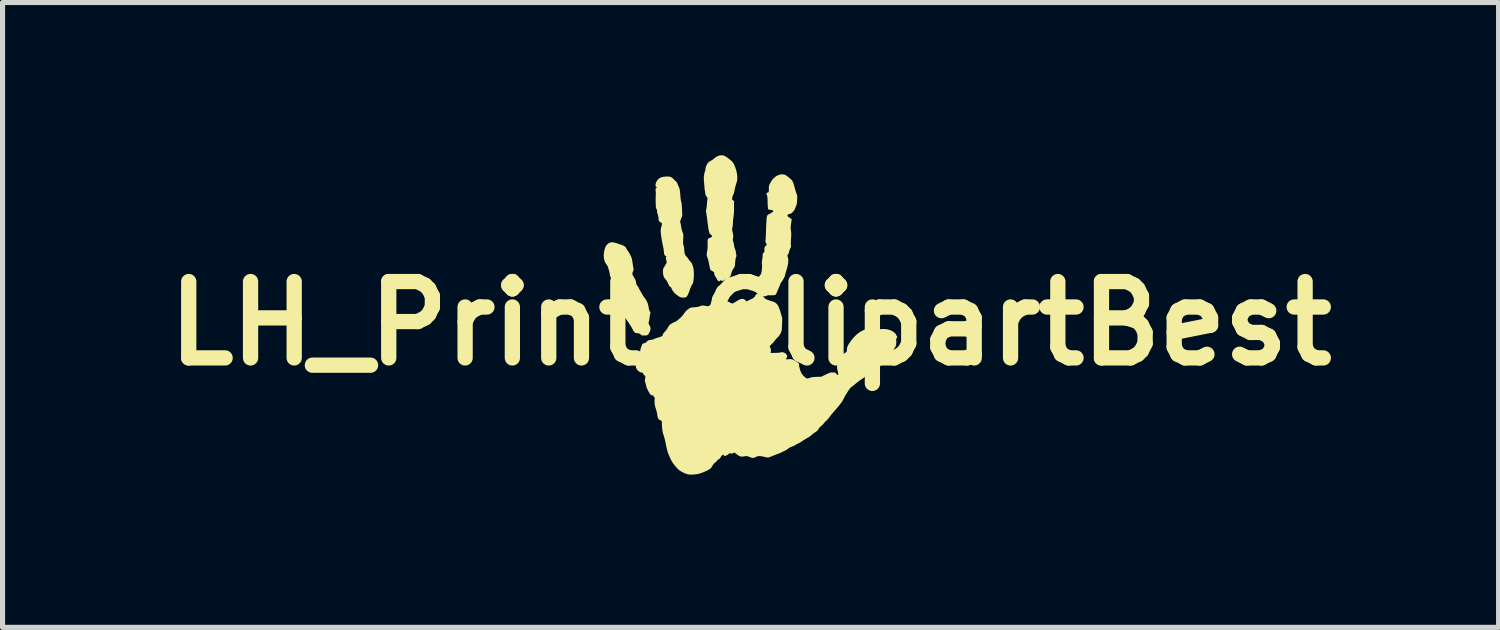
<source format=kicad_pcb>
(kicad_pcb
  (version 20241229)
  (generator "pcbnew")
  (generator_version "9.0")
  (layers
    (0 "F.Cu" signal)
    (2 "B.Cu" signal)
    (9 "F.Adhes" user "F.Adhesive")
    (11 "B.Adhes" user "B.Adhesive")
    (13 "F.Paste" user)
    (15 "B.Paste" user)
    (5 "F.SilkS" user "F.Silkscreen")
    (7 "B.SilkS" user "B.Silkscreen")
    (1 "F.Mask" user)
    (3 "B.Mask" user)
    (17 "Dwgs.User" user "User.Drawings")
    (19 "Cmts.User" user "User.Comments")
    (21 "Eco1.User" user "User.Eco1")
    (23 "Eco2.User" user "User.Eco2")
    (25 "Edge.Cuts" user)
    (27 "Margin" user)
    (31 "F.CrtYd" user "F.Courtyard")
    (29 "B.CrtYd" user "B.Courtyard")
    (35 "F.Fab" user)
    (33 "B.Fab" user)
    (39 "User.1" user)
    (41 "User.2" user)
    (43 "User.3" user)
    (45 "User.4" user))
  (footprint "LH_Print_ClipartBest"
    (layer "F.Cu")
    (at 11.693 3.302)
    (property "Reference" "LH_Print_ClipartBest" (at 0 0 0) (layer "F.SilkS") (effects (font (size 1.5 1.5) (thickness 0.3))))
    (attr board_only exclude_from_pos_files exclude_from_bom)
    (fp_poly (pts (xy -2.689 -1.59) (xy -2.649 -1.58) (xy -2.6 -1.565) (xy -2.596 -1.564) (xy -2.547 -1.547) (xy -2.51 -1.533) (xy -2.483 -1.519) (xy -2.464 -1.506) (xy -2.451 -1.491) (xy -2.441 -1.473) (xy -2.439 -1.47) (xy -2.429 -1.449) (xy -2.418 -1.433) (xy -2.415 -1.43) (xy -2.407 -1.42) (xy -2.394 -1.4) (xy -2.379 -1.374) (xy -2.368 -1.355) (xy -2.35 -1.319) (xy -2.338 -1.289) (xy -2.33 -1.261) (xy -2.324 -1.227) (xy -2.318 -1.188) (xy -2.312 -1.145) (xy -2.305 -1.106) (xy -2.305 -1.106) (xy -2.3 -1.076) (xy -2.298 -1.057) (xy -2.299 -1.043) (xy -2.303 -1.032) (xy -2.309 -1.022) (xy -2.32 -0.997) (xy -2.323 -0.974) (xy -2.315 -0.948) (xy -2.297 -0.916) (xy -2.291 -0.907) (xy -2.271 -0.874) (xy -2.258 -0.844) (xy -2.252 -0.817) (xy -2.245 -0.782) (xy -2.235 -0.755) (xy -2.22 -0.731) (xy -2.211 -0.719) (xy -2.199 -0.704) (xy -2.194 -0.692) (xy -2.194 -0.69) (xy -2.19 -0.681) (xy -2.18 -0.662) (xy -2.166 -0.638) (xy -2.158 -0.624) (xy -2.142 -0.599) (xy -2.13 -0.577) (xy -2.122 -0.563) (xy -2.121 -0.56) (xy -2.117 -0.55) (xy -2.106 -0.534) (xy -2.095 -0.52) (xy -2.059 -0.471) (xy -2.034 -0.426) (xy -2.016 -0.381) (xy -2.005 -0.332) (xy -2.004 -0.324) (xy -1.996 -0.282) (xy -1.988 -0.252) (xy -1.978 -0.234) (xy -1.968 -0.217) (xy -1.966 -0.204) (xy -1.971 -0.191) (xy -1.975 -0.173) (xy -1.98 -0.147) (xy -1.984 -0.117) (xy -1.984 -0.112) (xy -1.988 -0.081) (xy -1.993 -0.053) (xy -1.998 -0.033) (xy -1.999 -0.031) (xy -2.004 -0.017) (xy -2.004 -0.004) (xy -1.998 0.012) (xy -1.99 0.03) (xy -1.978 0.055) (xy -1.969 0.077) (xy -1.966 0.088) (xy -1.965 0.113) (xy -1.972 0.144) (xy -1.985 0.176) (xy -2.001 0.204) (xy -2.009 0.214) (xy -2.023 0.227) (xy -2.035 0.234) (xy -2.05 0.237) (xy -2.073 0.238) (xy -2.087 0.238) (xy -2.115 0.238) (xy -2.133 0.236) (xy -2.146 0.23) (xy -2.157 0.221) (xy -2.16 0.217) (xy -2.175 0.205) (xy -2.192 0.198) (xy -2.217 0.194) (xy -2.223 0.193) (xy -2.249 0.19) (xy -2.269 0.183) (xy -2.285 0.17) (xy -2.3 0.149) (xy -2.317 0.117) (xy -2.321 0.109) (xy -2.337 0.079) (xy -2.358 0.043) (xy -2.382 0.007) (xy -2.393 -0.01) (xy -2.417 -0.044) (xy -2.442 -0.082) (xy -2.464 -0.117) (xy -2.472 -0.131) (xy -2.492 -0.166) (xy -2.516 -0.204) (xy -2.539 -0.238) (xy -2.541 -0.241) (xy -2.563 -0.273) (xy -2.586 -0.309) (xy -2.605 -0.342) (xy -2.606 -0.345) (xy -2.62 -0.372) (xy -2.628 -0.393) (xy -2.632 -0.414) (xy -2.634 -0.441) (xy -2.634 -0.461) (xy -2.637 -0.53) (xy -2.645 -0.59) (xy -2.66 -0.646) (xy -2.674 -0.683) (xy -2.688 -0.721) (xy -2.702 -0.763) (xy -2.713 -0.803) (xy -2.714 -0.807) (xy -2.723 -0.84) (xy -2.733 -0.872) (xy -2.744 -0.897) (xy -2.746 -0.901) (xy -2.757 -0.925) (xy -2.763 -0.949) (xy -2.764 -0.957) (xy -2.766 -0.977) (xy -2.771 -1.004) (xy -2.777 -1.027) (xy -2.786 -1.056) (xy -2.795 -1.085) (xy -2.799 -1.102) (xy -2.809 -1.126) (xy -2.825 -1.151) (xy -2.835 -1.164) (xy -2.858 -1.2) (xy -2.874 -1.245) (xy -2.883 -1.295) (xy -2.884 -1.345) (xy -2.884 -1.352) (xy -2.875 -1.416) (xy -2.863 -1.468) (xy -2.847 -1.508) (xy -2.827 -1.54) (xy -2.801 -1.565) (xy -2.792 -1.571) (xy -2.769 -1.584) (xy -2.746 -1.591) (xy -2.72 -1.593)) (stroke (width 0) (type solid)) (fill yes) (layer "F.SilkS"))
    (fp_poly (pts (xy -1.571 -2.877) (xy -1.539 -2.861) (xy -1.511 -2.834) (xy -1.509 -2.831) (xy -1.492 -2.812) (xy -1.475 -2.797) (xy -1.468 -2.793) (xy -1.454 -2.78) (xy -1.443 -2.761) (xy -1.442 -2.758) (xy -1.435 -2.738) (xy -1.423 -2.711) (xy -1.412 -2.685) (xy -1.399 -2.655) (xy -1.391 -2.624) (xy -1.386 -2.588) (xy -1.384 -2.57) (xy -1.379 -2.505) (xy -1.374 -2.454) (xy -1.368 -2.416) (xy -1.364 -2.391) (xy -1.359 -2.378) (xy -1.356 -2.367) (xy -1.353 -2.343) (xy -1.35 -2.311) (xy -1.348 -2.272) (xy -1.346 -2.24) (xy -1.342 -2.116) (xy -1.365 -2.056) (xy -1.376 -2.027) (xy -1.382 -2.007) (xy -1.383 -1.993) (xy -1.381 -1.981) (xy -1.378 -1.975) (xy -1.373 -1.956) (xy -1.368 -1.929) (xy -1.364 -1.902) (xy -1.358 -1.868) (xy -1.349 -1.83) (xy -1.339 -1.801) (xy -1.331 -1.78) (xy -1.325 -1.763) (xy -1.322 -1.746) (xy -1.321 -1.725) (xy -1.321 -1.698) (xy -1.323 -1.661) (xy -1.324 -1.655) (xy -1.325 -1.612) (xy -1.326 -1.58) (xy -1.324 -1.559) (xy -1.321 -1.546) (xy -1.319 -1.543) (xy -1.314 -1.528) (xy -1.309 -1.504) (xy -1.305 -1.474) (xy -1.305 -1.465) (xy -1.301 -1.422) (xy -1.297 -1.39) (xy -1.292 -1.366) (xy -1.285 -1.348) (xy -1.277 -1.334) (xy -1.264 -1.319) (xy -1.259 -1.313) (xy -1.24 -1.292) (xy -1.225 -1.271) (xy -1.217 -1.259) (xy -1.205 -1.241) (xy -1.188 -1.22) (xy -1.18 -1.213) (xy -1.156 -1.181) (xy -1.137 -1.138) (xy -1.123 -1.084) (xy -1.115 -1.023) (xy -1.113 -0.956) (xy -1.117 -0.885) (xy -1.118 -0.868) (xy -1.123 -0.831) (xy -1.128 -0.805) (xy -1.134 -0.786) (xy -1.143 -0.77) (xy -1.148 -0.763) (xy -1.159 -0.744) (xy -1.172 -0.716) (xy -1.185 -0.683) (xy -1.191 -0.665) (xy -1.212 -0.608) (xy -1.23 -0.565) (xy -1.248 -0.534) (xy -1.264 -0.517) (xy -1.264 -0.517) (xy -1.285 -0.509) (xy -1.318 -0.506) (xy -1.324 -0.506) (xy -1.351 -0.507) (xy -1.373 -0.512) (xy -1.397 -0.524) (xy -1.411 -0.531) (xy -1.455 -0.562) (xy -1.494 -0.597) (xy -1.525 -0.635) (xy -1.547 -0.672) (xy -1.555 -0.694) (xy -1.565 -0.711) (xy -1.575 -0.716) (xy -1.585 -0.721) (xy -1.595 -0.733) (xy -1.607 -0.755) (xy -1.62 -0.784) (xy -1.639 -0.822) (xy -1.657 -0.851) (xy -1.672 -0.869) (xy -1.672 -0.869) (xy -1.697 -0.9) (xy -1.713 -0.942) (xy -1.721 -0.995) (xy -1.721 -1.014) (xy -1.72 -1.046) (xy -1.717 -1.068) (xy -1.711 -1.085) (xy -1.706 -1.094) (xy -1.694 -1.112) (xy -1.68 -1.136) (xy -1.668 -1.156) (xy -1.645 -1.198) (xy -1.658 -1.246) (xy -1.664 -1.273) (xy -1.666 -1.289) (xy -1.664 -1.296) (xy -1.661 -1.297) (xy -1.653 -1.305) (xy -1.655 -1.316) (xy -1.667 -1.324) (xy -1.67 -1.325) (xy -1.686 -1.336) (xy -1.697 -1.36) (xy -1.702 -1.395) (xy -1.703 -1.414) (xy -1.705 -1.436) (xy -1.709 -1.466) (xy -1.716 -1.499) (xy -1.718 -1.507) (xy -1.727 -1.547) (xy -1.736 -1.595) (xy -1.745 -1.646) (xy -1.753 -1.698) (xy -1.76 -1.746) (xy -1.764 -1.786) (xy -1.766 -1.801) (xy -1.764 -1.847) (xy -1.757 -1.884) (xy -1.747 -1.919) (xy -1.742 -1.944) (xy -1.741 -1.96) (xy -1.745 -1.97) (xy -1.755 -1.978) (xy -1.76 -1.981) (xy -1.788 -1.999) (xy -1.804 -2.019) (xy -1.807 -2.039) (xy -1.807 -2.04) (xy -1.806 -2.059) (xy -1.81 -2.088) (xy -1.818 -2.123) (xy -1.83 -2.16) (xy -1.831 -2.163) (xy -1.836 -2.186) (xy -1.837 -2.204) (xy -1.836 -2.209) (xy -1.838 -2.227) (xy -1.846 -2.243) (xy -1.853 -2.256) (xy -1.858 -2.271) (xy -1.86 -2.294) (xy -1.862 -2.326) (xy -1.862 -2.339) (xy -1.864 -2.396) (xy -1.864 -2.441) (xy -1.864 -2.476) (xy -1.863 -2.505) (xy -1.861 -2.526) (xy -1.861 -2.553) (xy -1.863 -2.584) (xy -1.864 -2.6) (xy -1.867 -2.624) (xy -1.867 -2.639) (xy -1.861 -2.65) (xy -1.852 -2.659) (xy -1.841 -2.672) (xy -1.839 -2.677) (xy -1.847 -2.678) (xy -1.847 -2.678) (xy -1.86 -2.684) (xy -1.866 -2.7) (xy -1.866 -2.723) (xy -1.861 -2.75) (xy -1.851 -2.779) (xy -1.836 -2.806) (xy -1.834 -2.808) (xy -1.811 -2.835) (xy -1.785 -2.855) (xy -1.754 -2.869) (xy -1.714 -2.879) (xy -1.662 -2.884) (xy -1.659 -2.885) (xy -1.61 -2.885)) (stroke (width 0) (type solid)) (fill yes) (layer "F.SilkS"))
    (fp_poly (pts (xy -0.542 -3.299) (xy -0.516 -3.293) (xy -0.509 -3.29) (xy -0.486 -3.276) (xy -0.458 -3.257) (xy -0.427 -3.234) (xy -0.398 -3.21) (xy -0.372 -3.189) (xy -0.355 -3.171) (xy -0.351 -3.167) (xy -0.328 -3.129) (xy -0.306 -3.081) (xy -0.287 -3.027) (xy -0.273 -2.97) (xy -0.263 -2.914) (xy -0.26 -2.866) (xy -0.261 -2.834) (xy -0.265 -2.803) (xy -0.274 -2.769) (xy -0.284 -2.735) (xy -0.296 -2.697) (xy -0.306 -2.658) (xy -0.314 -2.624) (xy -0.316 -2.608) (xy -0.321 -2.58) (xy -0.328 -2.555) (xy -0.335 -2.539) (xy -0.345 -2.519) (xy -0.353 -2.494) (xy -0.36 -2.468) (xy -0.362 -2.446) (xy -0.361 -2.432) (xy -0.35 -2.421) (xy -0.336 -2.411) (xy -0.323 -2.4) (xy -0.322 -2.39) (xy -0.325 -2.375) (xy -0.326 -2.354) (xy -0.326 -2.353) (xy -0.324 -2.303) (xy -0.324 -2.248) (xy -0.326 -2.193) (xy -0.33 -2.141) (xy -0.334 -2.097) (xy -0.336 -2.086) (xy -0.341 -2.05) (xy -0.345 -2.013) (xy -0.347 -1.982) (xy -0.347 -1.974) (xy -0.348 -1.942) (xy -0.352 -1.906) (xy -0.356 -1.885) (xy -0.362 -1.858) (xy -0.363 -1.839) (xy -0.36 -1.82) (xy -0.353 -1.795) (xy -0.341 -1.741) (xy -0.341 -1.692) (xy -0.346 -1.668) (xy -0.349 -1.649) (xy -0.347 -1.628) (xy -0.339 -1.602) (xy -0.331 -1.574) (xy -0.326 -1.548) (xy -0.325 -1.534) (xy -0.322 -1.513) (xy -0.314 -1.486) (xy -0.307 -1.465) (xy -0.297 -1.439) (xy -0.29 -1.413) (xy -0.289 -1.399) (xy -0.287 -1.375) (xy -0.281 -1.35) (xy -0.281 -1.348) (xy -0.277 -1.326) (xy -0.282 -1.306) (xy -0.286 -1.298) (xy -0.293 -1.276) (xy -0.298 -1.241) (xy -0.303 -1.195) (xy -0.305 -1.16) (xy -0.307 -1.135) (xy -0.311 -1.118) (xy -0.317 -1.104) (xy -0.327 -1.09) (xy -0.334 -1.08) (xy -0.352 -1.052) (xy -0.367 -1.019) (xy -0.38 -0.976) (xy -0.386 -0.951) (xy -0.398 -0.923) (xy -0.422 -0.897) (xy -0.453 -0.877) (xy -0.471 -0.869) (xy -0.497 -0.86) (xy -0.519 -0.849) (xy -0.528 -0.843) (xy -0.548 -0.833) (xy -0.563 -0.831) (xy -0.57 -0.838) (xy -0.57 -0.841) (xy -0.573 -0.85) (xy -0.582 -0.849) (xy -0.599 -0.838) (xy -0.599 -0.837) (xy -0.614 -0.826) (xy -0.624 -0.825) (xy -0.634 -0.833) (xy -0.64 -0.839) (xy -0.652 -0.856) (xy -0.666 -0.878) (xy -0.671 -0.888) (xy -0.684 -0.911) (xy -0.697 -0.931) (xy -0.701 -0.938) (xy -0.711 -0.958) (xy -0.714 -0.982) (xy -0.716 -0.999) (xy -0.721 -1.01) (xy -0.735 -1.019) (xy -0.746 -1.024) (xy -0.768 -1.036) (xy -0.785 -1.05) (xy -0.789 -1.055) (xy -0.794 -1.069) (xy -0.801 -1.093) (xy -0.807 -1.125) (xy -0.812 -1.151) (xy -0.819 -1.189) (xy -0.827 -1.227) (xy -0.836 -1.259) (xy -0.841 -1.274) (xy -0.853 -1.308) (xy -0.86 -1.334) (xy -0.862 -1.357) (xy -0.86 -1.382) (xy -0.854 -1.413) (xy -0.847 -1.453) (xy -0.844 -1.498) (xy -0.843 -1.552) (xy -0.844 -1.559) (xy -0.844 -1.6) (xy -0.843 -1.63) (xy -0.839 -1.65) (xy -0.831 -1.663) (xy -0.818 -1.673) (xy -0.799 -1.68) (xy -0.79 -1.683) (xy -0.77 -1.692) (xy -0.761 -1.702) (xy -0.759 -1.712) (xy -0.761 -1.728) (xy -0.772 -1.739) (xy -0.778 -1.742) (xy -0.789 -1.749) (xy -0.798 -1.759) (xy -0.806 -1.772) (xy -0.813 -1.791) (xy -0.82 -1.818) (xy -0.826 -1.853) (xy -0.833 -1.897) (xy -0.841 -1.954) (xy -0.848 -2.012) (xy -0.854 -2.058) (xy -0.86 -2.102) (xy -0.865 -2.139) (xy -0.87 -2.168) (xy -0.873 -2.186) (xy -0.874 -2.188) (xy -0.876 -2.219) (xy -0.872 -2.235) (xy -0.868 -2.251) (xy -0.864 -2.277) (xy -0.86 -2.309) (xy -0.858 -2.335) (xy -0.855 -2.37) (xy -0.852 -2.403) (xy -0.849 -2.429) (xy -0.847 -2.44) (xy -0.846 -2.459) (xy -0.852 -2.474) (xy -0.865 -2.492) (xy -0.881 -2.516) (xy -0.888 -2.537) (xy -0.888 -2.538) (xy -0.89 -2.559) (xy -0.894 -2.584) (xy -0.895 -2.588) (xy -0.898 -2.603) (xy -0.901 -2.63) (xy -0.905 -2.666) (xy -0.908 -2.706) (xy -0.912 -2.748) (xy -0.915 -2.789) (xy -0.917 -2.825) (xy -0.918 -2.851) (xy -0.917 -2.879) (xy -0.913 -2.91) (xy -0.909 -2.94) (xy -0.903 -2.965) (xy -0.898 -2.979) (xy -0.89 -2.999) (xy -0.888 -3.014) (xy -0.883 -3.056) (xy -0.869 -3.098) (xy -0.849 -3.136) (xy -0.824 -3.167) (xy -0.796 -3.187) (xy -0.789 -3.19) (xy -0.768 -3.2) (xy -0.744 -3.216) (xy -0.726 -3.231) (xy -0.682 -3.265) (xy -0.642 -3.288) (xy -0.603 -3.299) (xy -0.574 -3.302)) (stroke (width 0) (type solid)) (fill yes) (layer "F.SilkS"))
    (fp_poly (pts (xy 0.663 -2.923) (xy 0.703 -2.904) (xy 0.725 -2.888) (xy 0.75 -2.868) (xy 0.776 -2.846) (xy 0.787 -2.837) (xy 0.803 -2.822) (xy 0.817 -2.804) (xy 0.83 -2.782) (xy 0.841 -2.753) (xy 0.854 -2.714) (xy 0.867 -2.663) (xy 0.869 -2.658) (xy 0.879 -2.621) (xy 0.889 -2.587) (xy 0.898 -2.561) (xy 0.904 -2.544) (xy 0.905 -2.543) (xy 0.91 -2.53) (xy 0.914 -2.515) (xy 0.916 -2.497) (xy 0.917 -2.472) (xy 0.916 -2.437) (xy 0.914 -2.407) (xy 0.911 -2.368) (xy 0.905 -2.337) (xy 0.896 -2.309) (xy 0.892 -2.301) (xy 0.882 -2.277) (xy 0.875 -2.258) (xy 0.873 -2.249) (xy 0.869 -2.239) (xy 0.857 -2.222) (xy 0.841 -2.201) (xy 0.839 -2.199) (xy 0.817 -2.175) (xy 0.799 -2.161) (xy 0.782 -2.154) (xy 0.78 -2.154) (xy 0.753 -2.146) (xy 0.733 -2.135) (xy 0.722 -2.123) (xy 0.722 -2.119) (xy 0.728 -2.107) (xy 0.744 -2.091) (xy 0.767 -2.074) (xy 0.786 -2.062) (xy 0.796 -2.058) (xy 0.802 -2.053) (xy 0.806 -2.047) (xy 0.806 -2.037) (xy 0.805 -2.02) (xy 0.801 -1.994) (xy 0.795 -1.957) (xy 0.793 -1.944) (xy 0.789 -1.909) (xy 0.788 -1.878) (xy 0.79 -1.846) (xy 0.793 -1.825) (xy 0.797 -1.795) (xy 0.799 -1.765) (xy 0.799 -1.732) (xy 0.797 -1.691) (xy 0.794 -1.659) (xy 0.791 -1.608) (xy 0.79 -1.571) (xy 0.791 -1.546) (xy 0.793 -1.535) (xy 0.796 -1.522) (xy 0.794 -1.507) (xy 0.786 -1.485) (xy 0.78 -1.474) (xy 0.768 -1.446) (xy 0.758 -1.417) (xy 0.755 -1.4) (xy 0.748 -1.376) (xy 0.738 -1.356) (xy 0.734 -1.351) (xy 0.724 -1.339) (xy 0.723 -1.327) (xy 0.728 -1.312) (xy 0.739 -1.274) (xy 0.742 -1.229) (xy 0.737 -1.176) (xy 0.724 -1.113) (xy 0.703 -1.039) (xy 0.703 -1.039) (xy 0.693 -1.007) (xy 0.685 -0.978) (xy 0.68 -0.957) (xy 0.678 -0.948) (xy 0.674 -0.93) (xy 0.663 -0.905) (xy 0.647 -0.875) (xy 0.628 -0.843) (xy 0.612 -0.821) (xy 0.596 -0.798) (xy 0.585 -0.775) (xy 0.581 -0.764) (xy 0.575 -0.744) (xy 0.564 -0.719) (xy 0.555 -0.699) (xy 0.541 -0.669) (xy 0.527 -0.636) (xy 0.52 -0.619) (xy 0.509 -0.592) (xy 0.5 -0.574) (xy 0.489 -0.562) (xy 0.474 -0.556) (xy 0.451 -0.553) (xy 0.418 -0.552) (xy 0.399 -0.552) (xy 0.363 -0.552) (xy 0.329 -0.552) (xy 0.302 -0.554) (xy 0.288 -0.555) (xy 0.252 -0.569) (xy 0.219 -0.597) (xy 0.188 -0.638) (xy 0.168 -0.676) (xy 0.16 -0.694) (xy 0.154 -0.71) (xy 0.151 -0.727) (xy 0.149 -0.748) (xy 0.149 -0.777) (xy 0.15 -0.812) (xy 0.151 -0.85) (xy 0.152 -0.877) (xy 0.154 -0.895) (xy 0.158 -0.908) (xy 0.163 -0.917) (xy 0.172 -0.926) (xy 0.173 -0.927) (xy 0.188 -0.946) (xy 0.201 -0.964) (xy 0.203 -0.967) (xy 0.211 -0.991) (xy 0.218 -1.025) (xy 0.223 -1.065) (xy 0.225 -1.106) (xy 0.225 -1.144) (xy 0.224 -1.155) (xy 0.222 -1.186) (xy 0.222 -1.213) (xy 0.225 -1.23) (xy 0.228 -1.247) (xy 0.232 -1.274) (xy 0.235 -1.306) (xy 0.236 -1.315) (xy 0.238 -1.346) (xy 0.241 -1.366) (xy 0.246 -1.379) (xy 0.253 -1.387) (xy 0.258 -1.39) (xy 0.268 -1.398) (xy 0.273 -1.407) (xy 0.274 -1.423) (xy 0.272 -1.443) (xy 0.271 -1.476) (xy 0.279 -1.501) (xy 0.296 -1.522) (xy 0.306 -1.531) (xy 0.321 -1.544) (xy 0.304 -1.576) (xy 0.293 -1.601) (xy 0.291 -1.618) (xy 0.292 -1.621) (xy 0.294 -1.632) (xy 0.296 -1.655) (xy 0.298 -1.688) (xy 0.301 -1.73) (xy 0.302 -1.778) (xy 0.304 -1.826) (xy 0.306 -1.902) (xy 0.309 -1.964) (xy 0.312 -2.014) (xy 0.315 -2.054) (xy 0.318 -2.083) (xy 0.323 -2.105) (xy 0.327 -2.118) (xy 0.332 -2.125) (xy 0.344 -2.134) (xy 0.364 -2.146) (xy 0.388 -2.16) (xy 0.389 -2.16) (xy 0.413 -2.174) (xy 0.433 -2.187) (xy 0.443 -2.197) (xy 0.443 -2.197) (xy 0.445 -2.21) (xy 0.435 -2.221) (xy 0.414 -2.228) (xy 0.389 -2.23) (xy 0.364 -2.233) (xy 0.348 -2.239) (xy 0.347 -2.241) (xy 0.343 -2.253) (xy 0.34 -2.28) (xy 0.337 -2.32) (xy 0.335 -2.375) (xy 0.335 -2.376) (xy 0.334 -2.427) (xy 0.332 -2.465) (xy 0.329 -2.492) (xy 0.326 -2.511) (xy 0.322 -2.523) (xy 0.312 -2.545) (xy 0.313 -2.558) (xy 0.323 -2.565) (xy 0.332 -2.567) (xy 0.345 -2.571) (xy 0.354 -2.579) (xy 0.358 -2.594) (xy 0.36 -2.618) (xy 0.359 -2.646) (xy 0.359 -2.673) (xy 0.361 -2.695) (xy 0.368 -2.716) (xy 0.38 -2.744) (xy 0.383 -2.75) (xy 0.418 -2.81) (xy 0.46 -2.858) (xy 0.507 -2.894) (xy 0.522 -2.902) (xy 0.573 -2.922) (xy 0.62 -2.929)) (stroke (width 0) (type solid)) (fill yes) (layer "F.SilkS"))
    (fp_poly (pts (xy 0.145 -0.574) (xy 0.174 -0.565) (xy 0.183 -0.563) (xy 0.212 -0.552) (xy 0.233 -0.54) (xy 0.252 -0.522) (xy 0.258 -0.514) (xy 0.278 -0.494) (xy 0.298 -0.479) (xy 0.325 -0.466) (xy 0.34 -0.46) (xy 0.371 -0.45) (xy 0.401 -0.44) (xy 0.424 -0.433) (xy 0.425 -0.433) (xy 0.46 -0.421) (xy 0.49 -0.404) (xy 0.516 -0.381) (xy 0.539 -0.349) (xy 0.559 -0.307) (xy 0.578 -0.254) (xy 0.595 -0.198) (xy 0.622 -0.105) (xy 0.619 0.014) (xy 0.617 0.069) (xy 0.614 0.111) (xy 0.61 0.142) (xy 0.605 0.163) (xy 0.605 0.164) (xy 0.591 0.193) (xy 0.573 0.224) (xy 0.551 0.255) (xy 0.53 0.279) (xy 0.517 0.29) (xy 0.501 0.306) (xy 0.484 0.327) (xy 0.479 0.335) (xy 0.467 0.351) (xy 0.446 0.375) (xy 0.421 0.401) (xy 0.393 0.429) (xy 0.393 0.43) (xy 0.361 0.461) (xy 0.34 0.485) (xy 0.328 0.503) (xy 0.325 0.519) (xy 0.331 0.534) (xy 0.344 0.549) (xy 0.35 0.555) (xy 0.375 0.58) (xy 0.467 0.58) (xy 0.51 0.579) (xy 0.547 0.577) (xy 0.575 0.573) (xy 0.587 0.571) (xy 0.624 0.565) (xy 0.659 0.574) (xy 0.693 0.596) (xy 0.693 0.597) (xy 0.714 0.621) (xy 0.721 0.644) (xy 0.715 0.667) (xy 0.707 0.678) (xy 0.697 0.693) (xy 0.693 0.703) (xy 0.693 0.703) (xy 0.699 0.705) (xy 0.717 0.706) (xy 0.741 0.704) (xy 0.743 0.704) (xy 0.779 0.702) (xy 0.81 0.706) (xy 0.84 0.716) (xy 0.874 0.735) (xy 0.894 0.748) (xy 0.916 0.763) (xy 0.934 0.774) (xy 0.944 0.779) (xy 0.945 0.78) (xy 0.948 0.786) (xy 0.952 0.803) (xy 0.954 0.828) (xy 0.954 0.828) (xy 0.961 0.87) (xy 0.974 0.917) (xy 0.98 0.935) (xy 0.995 0.969) (xy 1.011 0.996) (xy 1.032 1.022) (xy 1.048 1.038) (xy 1.074 1.063) (xy 1.095 1.077) (xy 1.115 1.082) (xy 1.138 1.079) (xy 1.167 1.069) (xy 1.171 1.068) (xy 1.192 1.06) (xy 1.216 1.056) (xy 1.246 1.053) (xy 1.285 1.051) (xy 1.299 1.05) (xy 1.389 1.048) (xy 1.475 1.006) (xy 1.511 0.989) (xy 1.538 0.977) (xy 1.559 0.969) (xy 1.577 0.965) (xy 1.595 0.964) (xy 1.611 0.964) (xy 1.638 0.964) (xy 1.655 0.966) (xy 1.667 0.972) (xy 1.679 0.984) (xy 1.685 0.991) (xy 1.704 1.01) (xy 1.716 1.015) (xy 1.722 1.007) (xy 1.722 0.986) (xy 1.716 0.953) (xy 1.706 0.917) (xy 1.699 0.88) (xy 1.699 0.844) (xy 1.707 0.806) (xy 1.724 0.763) (xy 1.749 0.713) (xy 1.761 0.693) (xy 1.77 0.672) (xy 1.775 0.652) (xy 1.775 0.649) (xy 1.778 0.638) (xy 1.787 0.626) (xy 1.806 0.611) (xy 1.82 0.601) (xy 1.844 0.586) (xy 1.864 0.573) (xy 1.877 0.567) (xy 1.878 0.566) (xy 1.885 0.56) (xy 1.889 0.547) (xy 1.891 0.524) (xy 1.891 0.52) (xy 1.894 0.489) (xy 1.903 0.456) (xy 1.921 0.419) (xy 1.948 0.377) (xy 1.981 0.331) (xy 2.037 0.264) (xy 2.094 0.21) (xy 2.153 0.167) (xy 2.186 0.149) (xy 2.248 0.119) (xy 2.367 0.118) (xy 2.414 0.118) (xy 2.464 0.116) (xy 2.511 0.115) (xy 2.55 0.113) (xy 2.562 0.112) (xy 2.613 0.11) (xy 2.655 0.112) (xy 2.695 0.119) (xy 2.738 0.132) (xy 2.751 0.137) (xy 2.775 0.148) (xy 2.801 0.164) (xy 2.825 0.182) (xy 2.844 0.2) (xy 2.856 0.214) (xy 2.857 0.22) (xy 2.862 0.232) (xy 2.872 0.247) (xy 2.872 0.247) (xy 2.881 0.26) (xy 2.882 0.27) (xy 2.873 0.282) (xy 2.872 0.284) (xy 2.864 0.297) (xy 2.86 0.312) (xy 2.861 0.334) (xy 2.862 0.345) (xy 2.863 0.379) (xy 2.86 0.413) (xy 2.853 0.443) (xy 2.843 0.464) (xy 2.838 0.471) (xy 2.829 0.482) (xy 2.817 0.502) (xy 2.807 0.524) (xy 2.791 0.553) (xy 2.773 0.576) (xy 2.765 0.584) (xy 2.75 0.599) (xy 2.733 0.623) (xy 2.72 0.647) (xy 2.707 0.671) (xy 2.693 0.689) (xy 2.676 0.706) (xy 2.651 0.726) (xy 2.64 0.733) (xy 2.605 0.76) (xy 2.58 0.785) (xy 2.56 0.812) (xy 2.559 0.814) (xy 2.537 0.847) (xy 2.512 0.875) (xy 2.481 0.902) (xy 2.443 0.93) (xy 2.413 0.951) (xy 2.38 0.974) (xy 2.354 0.992) (xy 2.327 1.01) (xy 2.3 1.024) (xy 2.279 1.033) (xy 2.278 1.033) (xy 2.257 1.042) (xy 2.241 1.052) (xy 2.238 1.056) (xy 2.225 1.068) (xy 2.207 1.08) (xy 2.205 1.081) (xy 2.185 1.093) (xy 2.158 1.112) (xy 2.126 1.136) (xy 2.092 1.162) (xy 2.06 1.188) (xy 2.034 1.209) (xy 2.012 1.228) (xy 1.992 1.243) (xy 1.979 1.251) (xy 1.965 1.263) (xy 1.948 1.283) (xy 1.934 1.303) (xy 1.916 1.331) (xy 1.895 1.364) (xy 1.879 1.388) (xy 1.861 1.418) (xy 1.843 1.451) (xy 1.831 1.475) (xy 1.816 1.505) (xy 1.797 1.536) (xy 1.773 1.57) (xy 1.743 1.609) (xy 1.705 1.655) (xy 1.658 1.709) (xy 1.655 1.712) (xy 1.625 1.747) (xy 1.596 1.781) (xy 1.571 1.812) (xy 1.552 1.837) (xy 1.541 1.852) (xy 1.522 1.877) (xy 1.499 1.902) (xy 1.487 1.912) (xy 1.465 1.932) (xy 1.446 1.955) (xy 1.439 1.964) (xy 1.423 1.984) (xy 1.4 2.005) (xy 1.39 2.013) (xy 1.359 2.041) (xy 1.337 2.073) (xy 1.316 2.104) (xy 1.289 2.126) (xy 1.281 2.132) (xy 1.257 2.147) (xy 1.228 2.168) (xy 1.202 2.19) (xy 1.201 2.19) (xy 1.177 2.211) (xy 1.153 2.228) (xy 1.134 2.24) (xy 1.133 2.241) (xy 1.121 2.247) (xy 1.108 2.254) (xy 1.092 2.264) (xy 1.07 2.278) (xy 1.04 2.296) (xy 1.001 2.321) (xy 0.978 2.336) (xy 0.954 2.35) (xy 0.934 2.362) (xy 0.921 2.367) (xy 0.92 2.367) (xy 0.909 2.371) (xy 0.892 2.382) (xy 0.882 2.389) (xy 0.857 2.403) (xy 0.827 2.416) (xy 0.812 2.421) (xy 0.768 2.439) (xy 0.743 2.457) (xy 0.718 2.476) (xy 0.69 2.493) (xy 0.68 2.498) (xy 0.653 2.511) (xy 0.623 2.525) (xy 0.606 2.534) (xy 0.579 2.546) (xy 0.552 2.557) (xy 0.538 2.562) (xy 0.519 2.569) (xy 0.491 2.58) (xy 0.459 2.593) (xy 0.436 2.603) (xy 0.404 2.616) (xy 0.374 2.626) (xy 0.352 2.633) (xy 0.341 2.635) (xy 0.324 2.633) (xy 0.298 2.628) (xy 0.268 2.621) (xy 0.263 2.62) (xy 0.217 2.61) (xy 0.176 2.606) (xy 0.143 2.608) (xy 0.121 2.616) (xy 0.119 2.617) (xy 0.104 2.625) (xy 0.081 2.635) (xy 0.07 2.638) (xy 0.05 2.643) (xy 0.035 2.644) (xy 0.019 2.64) (xy -0.003 2.63) (xy -0.044 2.614) (xy -0.079 2.607) (xy -0.114 2.609) (xy -0.134 2.613) (xy -0.168 2.618) (xy -0.198 2.614) (xy -0.229 2.601) (xy -0.263 2.578) (xy -0.275 2.569) (xy -0.297 2.551) (xy -0.311 2.541) (xy -0.32 2.538) (xy -0.327 2.54) (xy -0.332 2.544) (xy -0.355 2.556) (xy -0.383 2.556) (xy -0.394 2.553) (xy -0.408 2.552) (xy -0.424 2.56) (xy -0.436 2.57) (xy -0.458 2.586) (xy -0.482 2.598) (xy -0.488 2.6) (xy -0.507 2.604) (xy -0.517 2.601) (xy -0.526 2.592) (xy -0.533 2.582) (xy -0.542 2.582) (xy -0.556 2.589) (xy -0.572 2.604) (xy -0.585 2.624) (xy -0.587 2.628) (xy -0.601 2.652) (xy -0.626 2.67) (xy -0.627 2.67) (xy -0.645 2.681) (xy -0.655 2.691) (xy -0.657 2.694) (xy -0.662 2.703) (xy -0.676 2.717) (xy -0.692 2.731) (xy -0.71 2.746) (xy -0.725 2.762) (xy -0.739 2.78) (xy -0.755 2.805) (xy -0.773 2.835) (xy -0.787 2.851) (xy -0.813 2.869) (xy -0.848 2.889) (xy -0.89 2.908) (xy -0.935 2.927) (xy -0.981 2.943) (xy -0.999 2.949) (xy -1.051 2.961) (xy -1.105 2.968) (xy -1.158 2.971) (xy -1.205 2.969) (xy -1.238 2.964) (xy -1.287 2.947) (xy -1.338 2.923) (xy -1.384 2.896) (xy -1.404 2.882) (xy -1.431 2.857) (xy -1.461 2.825) (xy -1.492 2.788) (xy -1.52 2.751) (xy -1.543 2.717) (xy -1.555 2.696) (xy -1.579 2.645) (xy -1.597 2.605) (xy -1.612 2.571) (xy -1.623 2.541) (xy -1.633 2.512) (xy -1.641 2.48) (xy -1.65 2.442) (xy -1.659 2.396) (xy -1.664 2.372) (xy -1.674 2.325) (xy -1.684 2.282) (xy -1.693 2.246) (xy -1.7 2.218) (xy -1.706 2.201) (xy -1.708 2.197) (xy -1.715 2.179) (xy -1.723 2.15) (xy -1.73 2.112) (xy -1.736 2.071) (xy -1.74 2.028) (xy -1.742 1.987) (xy -1.742 1.982) (xy -1.743 1.917) (xy -1.773 1.904) (xy -1.796 1.891) (xy -1.812 1.872) (xy -1.823 1.845) (xy -1.831 1.808) (xy -1.832 1.795) (xy -1.837 1.765) (xy -1.846 1.727) (xy -1.857 1.688) (xy -1.862 1.671) (xy -1.875 1.629) (xy -1.882 1.594) (xy -1.886 1.561) (xy -1.886 1.541) (xy -1.886 1.512) (xy -1.884 1.487) (xy -1.881 1.472) (xy -1.881 1.47) (xy -1.879 1.459) (xy -1.889 1.453) (xy -1.89 1.453) (xy -1.903 1.444) (xy -1.905 1.432) (xy -1.908 1.419) (xy -1.919 1.415) (xy -1.925 1.415) (xy -1.946 1.411) (xy -1.961 1.404) (xy -1.972 1.391) (xy -1.987 1.369) (xy -2.003 1.341) (xy -2.019 1.31) (xy -2.033 1.28) (xy -2.043 1.255) (xy -2.046 1.243) (xy -2.051 1.221) (xy -2.059 1.193) (xy -2.065 1.171) (xy -2.073 1.146) (xy -2.076 1.125) (xy -2.075 1.104) (xy -2.07 1.076) (xy -2.067 1.06) (xy -2.066 1.046) (xy -2.072 1.033) (xy -2.088 1.017) (xy -2.089 1.015) (xy -2.105 0.999) (xy -2.112 0.987) (xy -2.113 0.972) (xy -2.112 0.96) (xy -2.111 0.936) (xy -2.114 0.9) (xy -2.121 0.855) (xy -2.131 0.804) (xy -2.145 0.748) (xy -2.155 0.709) (xy -2.169 0.643) (xy -2.173 0.583) (xy -2.166 0.525) (xy -2.154 0.479) (xy -2.141 0.442) (xy -2.13 0.416) (xy -2.119 0.401) (xy -2.108 0.392) (xy -2.094 0.39) (xy -2.091 0.39) (xy -2.074 0.386) (xy -2.056 0.375) (xy -2.04 0.36) (xy -2.023 0.343) (xy -2.007 0.333) (xy -1.987 0.328) (xy -1.967 0.325) (xy -1.94 0.321) (xy -1.914 0.314) (xy -1.901 0.309) (xy -1.875 0.298) (xy -1.838 0.285) (xy -1.795 0.272) (xy -1.777 0.267) (xy -1.747 0.255) (xy -1.729 0.239) (xy -1.725 0.221) (xy -1.719 0.207) (xy -1.704 0.186) (xy -1.688 0.169) (xy -1.665 0.144) (xy -1.642 0.112) (xy -1.625 0.084) (xy -1.608 0.054) (xy -1.592 0.034) (xy -1.571 0.016) (xy -1.557 0.007) (xy -1.532 -0.008) (xy -1.508 -0.02) (xy -1.492 -0.026) (xy -1.473 -0.034) (xy -1.448 -0.051) (xy -1.419 -0.074) (xy -1.388 -0.1) (xy -1.359 -0.128) (xy -1.334 -0.155) (xy -1.316 -0.179) (xy -1.316 -0.179) (xy -1.284 -0.225) (xy -1.25 -0.26) (xy -1.21 -0.29) (xy -1.21 -0.29) (xy -1.192 -0.301) (xy -1.175 -0.308) (xy -1.156 -0.312) (xy -1.129 -0.315) (xy -1.101 -0.317) (xy -1.058 -0.321) (xy -1.026 -0.327) (xy -1.006 -0.333) (xy -0.973 -0.346) (xy -0.938 -0.351) (xy -0.895 -0.346) (xy -0.884 -0.344) (xy -0.857 -0.339) (xy -0.84 -0.337) (xy -0.827 -0.339) (xy -0.815 -0.345) (xy -0.81 -0.348) (xy -0.789 -0.364) (xy -0.77 -0.384) (xy -0.768 -0.386) (xy -0.749 -0.404) (xy -0.724 -0.419) (xy -0.697 -0.429) (xy -0.671 -0.434) (xy -0.65 -0.432) (xy -0.637 -0.424) (xy -0.628 -0.415) (xy -0.612 -0.402) (xy -0.603 -0.395) (xy -0.585 -0.384) (xy -0.576 -0.38) (xy -0.573 -0.384) (xy -0.571 -0.389) (xy -0.565 -0.402) (xy -0.552 -0.419) (xy -0.548 -0.423) (xy -0.526 -0.438) (xy -0.5 -0.443) (xy -0.469 -0.438) (xy -0.43 -0.422) (xy -0.418 -0.416) (xy -0.393 -0.403) (xy -0.372 -0.394) (xy -0.358 -0.39) (xy -0.357 -0.39) (xy -0.346 -0.394) (xy -0.327 -0.404) (xy -0.302 -0.419) (xy -0.286 -0.429) (xy -0.238 -0.458) (xy -0.198 -0.476) (xy -0.164 -0.482) (xy -0.135 -0.478) (xy -0.109 -0.463) (xy -0.099 -0.453) (xy -0.078 -0.43) (xy -0.049 -0.446) (xy -0.024 -0.46) (xy 0.003 -0.471) (xy 0.008 -0.473) (xy 0.049 -0.493) (xy 0.078 -0.519) (xy 0.094 -0.546) (xy 0.103 -0.563) (xy 0.112 -0.573) (xy 0.125 -0.577)) (stroke (width 0) (type solid)) (fill yes) (layer "F.SilkS")))
  (gr_rect
    (start -3 -3)
    (end 26.386 9.273)
    (stroke (width 0.1) (type default))
    (fill no)
    (layer "Edge.Cuts")))
</source>
